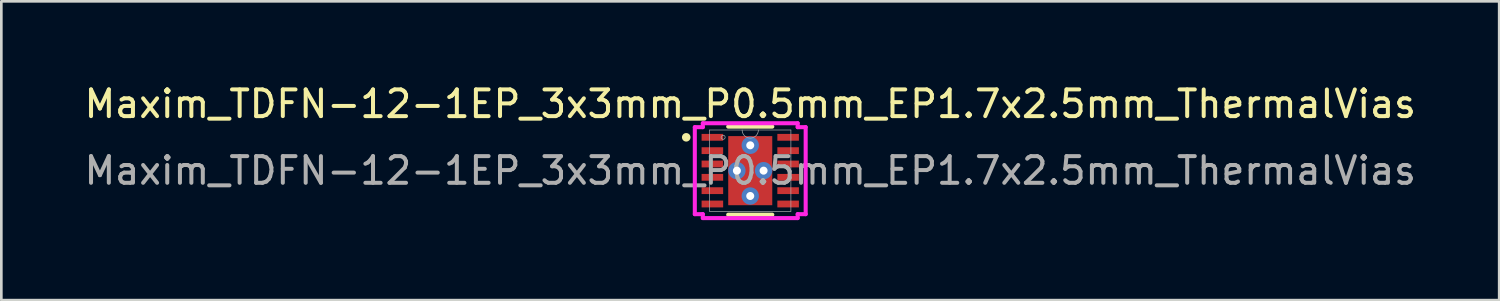
<source format=kicad_pcb>
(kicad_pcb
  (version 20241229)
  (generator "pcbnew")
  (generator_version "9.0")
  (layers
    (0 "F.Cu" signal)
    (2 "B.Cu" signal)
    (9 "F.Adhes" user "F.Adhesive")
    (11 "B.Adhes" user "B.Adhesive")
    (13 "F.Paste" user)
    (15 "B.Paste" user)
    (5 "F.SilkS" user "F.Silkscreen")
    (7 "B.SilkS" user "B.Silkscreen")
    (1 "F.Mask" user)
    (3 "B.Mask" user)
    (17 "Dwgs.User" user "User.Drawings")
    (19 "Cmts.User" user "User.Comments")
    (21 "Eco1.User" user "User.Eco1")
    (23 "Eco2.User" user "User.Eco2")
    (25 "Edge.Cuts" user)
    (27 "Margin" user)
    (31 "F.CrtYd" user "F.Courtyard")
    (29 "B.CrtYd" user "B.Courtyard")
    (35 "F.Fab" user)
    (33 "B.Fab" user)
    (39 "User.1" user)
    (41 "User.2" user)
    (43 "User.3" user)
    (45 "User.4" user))
  (footprint "Maxim_TDFN-12-1EP_3x3mm_P0.5mm_EP1.7x2.5mm_ThermalVias"
    (layer "F.Cu")
    (at 25.077 3.348)
    (property "Reference" "Maxim_TDFN-12-1EP_3x3mm_P0.5mm_EP1.7x2.5mm_ThermalVias" (at 0 -2.5 0) (unlocked yes) (layer "F.SilkS") (effects (font (size 1 1) (thickness 0.15))))
    (attr smd)
    (fp_line (start -0.827 1.651) (end 0.827 1.651) (stroke (width 0.152) (type solid)) (layer "F.SilkS"))
    (fp_line (start 0.827 -1.651) (end -0.827 -1.651) (stroke (width 0.152) (type solid)) (layer "F.SilkS"))
    (fp_circle (center -2.4 -1.25) (end -2.3 -1.25) (stroke (width 0.12) (type solid)) (fill yes) (layer "F.SilkS"))
    (fp_poly (pts (xy -0.726 -1.195) (xy -0.726 -0.1) (xy 0.726 -0.1) (xy 0.726 -1.195)) (stroke (width 0) (type solid)) (fill yes) (layer "F.Paste"))
    (fp_poly (pts (xy -0.726 0.1) (xy -0.726 1.195) (xy 0.726 1.195) (xy 0.726 0.1)) (stroke (width 0) (type solid)) (fill yes) (layer "F.Paste"))
    (fp_line (start -2.078 -1.631) (end -1.778 -1.631) (stroke (width 0.152) (type solid)) (layer "F.CrtYd"))
    (fp_line (start -2.078 1.631) (end -2.078 -1.631) (stroke (width 0.152) (type solid)) (layer "F.CrtYd"))
    (fp_line (start -2.078 1.631) (end -1.778 1.631) (stroke (width 0.152) (type solid)) (layer "F.CrtYd"))
    (fp_line (start -1.778 -1.778) (end 1.778 -1.778) (stroke (width 0.152) (type solid)) (layer "F.CrtYd"))
    (fp_line (start -1.778 -1.631) (end -1.778 -1.778) (stroke (width 0.152) (type solid)) (layer "F.CrtYd"))
    (fp_line (start -1.778 1.778) (end -1.778 1.631) (stroke (width 0.152) (type solid)) (layer "F.CrtYd"))
    (fp_line (start 1.778 -1.778) (end 1.778 -1.631) (stroke (width 0.152) (type solid)) (layer "F.CrtYd"))
    (fp_line (start 1.778 1.631) (end 1.778 1.778) (stroke (width 0.152) (type solid)) (layer "F.CrtYd"))
    (fp_line (start 1.778 1.778) (end -1.778 1.778) (stroke (width 0.152) (type solid)) (layer "F.CrtYd"))
    (fp_line (start 2.078 -1.631) (end 1.778 -1.631) (stroke (width 0.152) (type solid)) (layer "F.CrtYd"))
    (fp_line (start 2.078 -1.631) (end 2.078 1.631) (stroke (width 0.152) (type solid)) (layer "F.CrtYd"))
    (fp_line (start 2.078 1.631) (end 1.778 1.631) (stroke (width 0.152) (type solid)) (layer "F.CrtYd"))
    (fp_line (start -1.524 -1.524) (end -1.524 1.524) (stroke (width 0.025) (type solid)) (layer "F.Fab"))
    (fp_line (start -1.524 1.524) (end 1.524 1.524) (stroke (width 0.025) (type solid)) (layer "F.Fab"))
    (fp_line (start 1.524 -1.524) (end -1.524 -1.524) (stroke (width 0.025) (type solid)) (layer "F.Fab"))
    (fp_line (start 1.524 1.524) (end 1.524 -1.524) (stroke (width 0.025) (type solid)) (layer "F.Fab"))
    (fp_arc (start 0.3048 -1.524) (mid 0 -1.2192) (end -0.3048 -1.524) (stroke (width 0.0254) (type solid)) (layer "F.Fab"))
    (fp_circle (center -1.016 -1.25) (end -0.94 -1.25) (stroke (width 0.025) (type solid)) (fill no) (layer "F.Fab"))
    (fp_text user "${REFERENCE}" (at 0 0 0) (unlocked yes) (layer "F.Fab") (effects (font (size 1 1) (thickness 0.15))))
    (pad "1" smd rect (at -1.42 -1.25) (size 0.808 0.255) (layers "F.Cu" "F.Mask" "F.Paste"))
    (pad "2" smd rect (at -1.42 -0.75) (size 0.808 0.255) (layers "F.Cu" "F.Mask" "F.Paste"))
    (pad "3" smd rect (at -1.42 -0.25) (size 0.808 0.255) (layers "F.Cu" "F.Mask" "F.Paste"))
    (pad "4" smd rect (at -1.42 0.25) (size 0.808 0.255) (layers "F.Cu" "F.Mask" "F.Paste"))
    (pad "5" smd rect (at -1.42 0.75) (size 0.808 0.255) (layers "F.Cu" "F.Mask" "F.Paste"))
    (pad "6" smd rect (at -1.42 1.25) (size 0.808 0.255) (layers "F.Cu" "F.Mask" "F.Paste"))
    (pad "7" smd rect (at 1.42 1.25) (size 0.808 0.255) (layers "F.Cu" "F.Mask" "F.Paste"))
    (pad "8" smd rect (at 1.42 0.75) (size 0.808 0.255) (layers "F.Cu" "F.Mask" "F.Paste"))
    (pad "9" smd rect (at 1.42 0.25) (size 0.808 0.255) (layers "F.Cu" "F.Mask" "F.Paste"))
    (pad "10" smd rect (at 1.42 -0.25) (size 0.808 0.255) (layers "F.Cu" "F.Mask" "F.Paste"))
    (pad "11" smd rect (at 1.42 -0.75) (size 0.808 0.255) (layers "F.Cu" "F.Mask" "F.Paste"))
    (pad "12" smd rect (at 1.42 -1.25) (size 0.808 0.255) (layers "F.Cu" "F.Mask" "F.Paste"))
    (pad "13" thru_hole circle (at -0.5 0) (size 0.65 0.65) (drill 0.3) (layers "*.Cu" "F.Mask"))
    (pad "13" thru_hole circle (at 0 -0.95) (size 0.65 0.65) (drill 0.3) (layers "*.Cu" "F.Mask"))
    (pad "13" smd rect (at 0 0) (size 1.651 2.591) (layers "F.Cu" "F.Mask"))
    (pad "13" thru_hole circle (at 0 0.95) (size 0.65 0.65) (drill 0.3) (layers "*.Cu" "F.Mask"))
    (pad "13" thru_hole circle (at 0.5 0) (size 0.65 0.65) (drill 0.3) (layers "*.Cu" "F.Mask")))
  (gr_rect
    (start -3 -3)
    (end 53.155 8.202)
    (stroke (width 0.1) (type default))
    (fill no)
    (layer "Edge.Cuts")))
</source>
